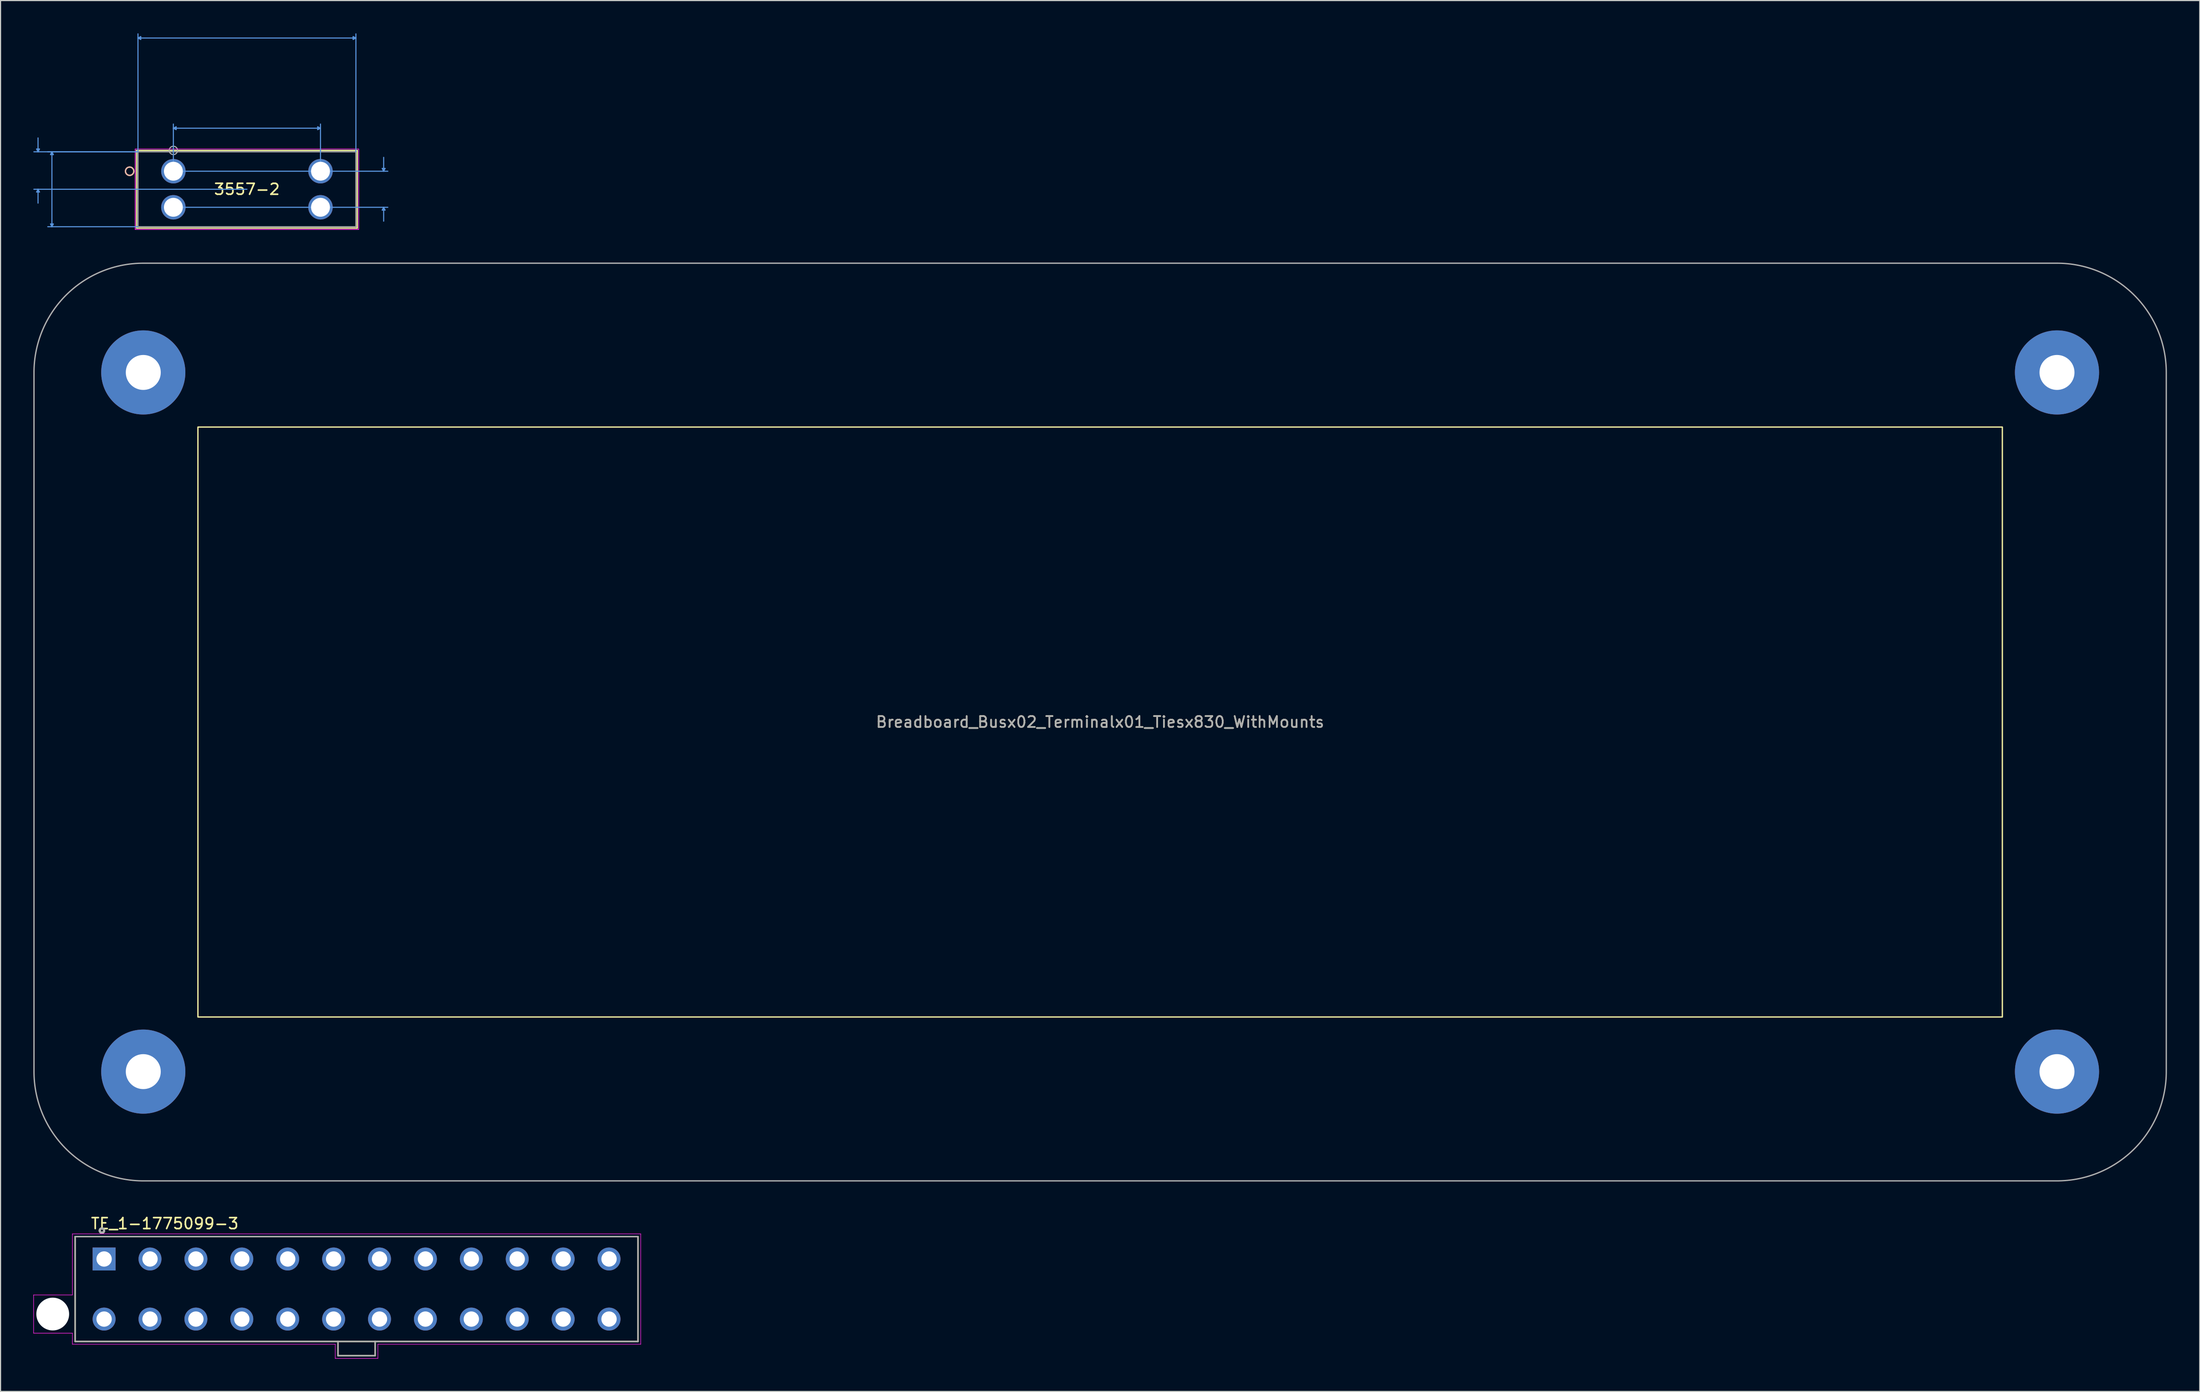
<source format=kicad_pcb>
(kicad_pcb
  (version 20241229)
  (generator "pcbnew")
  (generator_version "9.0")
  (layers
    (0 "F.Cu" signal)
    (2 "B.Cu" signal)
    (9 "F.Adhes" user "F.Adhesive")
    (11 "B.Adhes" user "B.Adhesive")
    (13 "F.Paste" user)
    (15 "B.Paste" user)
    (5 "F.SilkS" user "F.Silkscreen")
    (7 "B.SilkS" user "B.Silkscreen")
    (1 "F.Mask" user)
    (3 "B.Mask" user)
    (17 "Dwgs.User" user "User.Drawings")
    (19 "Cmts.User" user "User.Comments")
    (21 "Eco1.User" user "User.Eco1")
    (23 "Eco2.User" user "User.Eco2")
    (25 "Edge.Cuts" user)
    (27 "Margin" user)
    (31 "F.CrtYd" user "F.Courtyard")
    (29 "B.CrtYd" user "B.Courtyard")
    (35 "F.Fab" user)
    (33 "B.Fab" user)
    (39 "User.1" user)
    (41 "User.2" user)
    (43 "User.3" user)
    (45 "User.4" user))
  (footprint "3557-2"
    (layer "F.Cu")
    (at 12.813 12.623)
    (property "Reference" "3557-2" (at 6.731 1.651 0) (layer "F.SilkS") (effects (font (size 1 1) (thickness 0.15))))
    (attr through_hole)
    (fp_line (start -3.365 -1.905) (end -3.365 5.207) (stroke (width 0.12) (type solid)) (layer "F.SilkS"))
    (fp_line (start -3.365 5.207) (end 16.828 5.207) (stroke (width 0.12) (type solid)) (layer "F.SilkS"))
    (fp_line (start 16.828 -1.905) (end -3.365 -1.905) (stroke (width 0.12) (type solid)) (layer "F.SilkS"))
    (fp_line (start 16.828 5.207) (end 16.828 -1.905) (stroke (width 0.12) (type solid)) (layer "F.SilkS"))
    (fp_circle (center -4 0) (end -3.619 0) (stroke (width 0.12) (type solid)) (fill no) (layer "F.SilkS"))
    (fp_circle (center -4 0) (end -3.619 0) (stroke (width 0.12) (type solid)) (fill no) (layer "B.SilkS"))
    (fp_line (start -12.509 -2.032) (end -12.255 -2.032) (stroke (width 0.1) (type solid)) (layer "Cmts.User"))
    (fp_line (start -12.509 1.905) (end -12.255 1.905) (stroke (width 0.1) (type solid)) (layer "Cmts.User"))
    (fp_line (start -12.383 -1.778) (end -12.509 -2.032) (stroke (width 0.1) (type solid)) (layer "Cmts.User"))
    (fp_line (start -12.383 -1.778) (end -12.383 -3.048) (stroke (width 0.1) (type solid)) (layer "Cmts.User"))
    (fp_line (start -12.383 -1.778) (end -12.255 -2.032) (stroke (width 0.1) (type solid)) (layer "Cmts.User"))
    (fp_line (start -12.383 1.651) (end -12.509 1.905) (stroke (width 0.1) (type solid)) (layer "Cmts.User"))
    (fp_line (start -12.383 1.651) (end -12.383 2.921) (stroke (width 0.1) (type solid)) (layer "Cmts.User"))
    (fp_line (start -12.383 1.651) (end -12.255 1.905) (stroke (width 0.1) (type solid)) (layer "Cmts.User"))
    (fp_line (start -11.239 -1.524) (end -10.986 -1.524) (stroke (width 0.1) (type solid)) (layer "Cmts.User"))
    (fp_line (start -11.239 4.826) (end -10.986 4.826) (stroke (width 0.1) (type solid)) (layer "Cmts.User"))
    (fp_line (start -11.113 -1.778) (end -11.239 -1.524) (stroke (width 0.1) (type solid)) (layer "Cmts.User"))
    (fp_line (start -11.113 -1.778) (end -11.113 5.08) (stroke (width 0.1) (type solid)) (layer "Cmts.User"))
    (fp_line (start -11.113 -1.778) (end -10.986 -1.524) (stroke (width 0.1) (type solid)) (layer "Cmts.User"))
    (fp_line (start -11.113 5.08) (end -11.239 4.826) (stroke (width 0.1) (type solid)) (layer "Cmts.User"))
    (fp_line (start -11.113 5.08) (end -10.986 4.826) (stroke (width 0.1) (type solid)) (layer "Cmts.User"))
    (fp_line (start -3.239 -12.192) (end -2.985 -12.319) (stroke (width 0.1) (type solid)) (layer "Cmts.User"))
    (fp_line (start -3.239 -12.192) (end -2.985 -12.065) (stroke (width 0.1) (type solid)) (layer "Cmts.User"))
    (fp_line (start -3.239 -12.192) (end 16.701 -12.192) (stroke (width 0.1) (type solid)) (layer "Cmts.User"))
    (fp_line (start -3.239 -1.778) (end -12.764 -1.778) (stroke (width 0.1) (type solid)) (layer "Cmts.User"))
    (fp_line (start -3.239 -1.778) (end -11.493 -1.778) (stroke (width 0.1) (type solid)) (layer "Cmts.User"))
    (fp_line (start -3.239 -1.778) (end -3.239 -12.573) (stroke (width 0.1) (type solid)) (layer "Cmts.User"))
    (fp_line (start -3.239 5.08) (end -11.493 5.08) (stroke (width 0.1) (type solid)) (layer "Cmts.User"))
    (fp_line (start -2.985 -12.319) (end -2.985 -12.065) (stroke (width 0.1) (type solid)) (layer "Cmts.User"))
    (fp_line (start 0 -3.937) (end 0.254 -4.064) (stroke (width 0.1) (type solid)) (layer "Cmts.User"))
    (fp_line (start 0 -3.937) (end 0.254 -3.81) (stroke (width 0.1) (type solid)) (layer "Cmts.User"))
    (fp_line (start 0 -3.937) (end 13.462 -3.937) (stroke (width 0.1) (type solid)) (layer "Cmts.User"))
    (fp_line (start 0 0) (end 0 -4.318) (stroke (width 0.1) (type solid)) (layer "Cmts.User"))
    (fp_line (start 0 0) (end 19.622 0) (stroke (width 0.1) (type solid)) (layer "Cmts.User"))
    (fp_line (start 0 3.302) (end 19.622 3.302) (stroke (width 0.1) (type solid)) (layer "Cmts.User"))
    (fp_line (start 0.254 -4.064) (end 0.254 -3.81) (stroke (width 0.1) (type solid)) (layer "Cmts.User"))
    (fp_line (start 6.731 1.651) (end -12.764 1.651) (stroke (width 0.1) (type solid)) (layer "Cmts.User"))
    (fp_line (start 13.208 -4.064) (end 13.208 -3.81) (stroke (width 0.1) (type solid)) (layer "Cmts.User"))
    (fp_line (start 13.462 -3.937) (end 13.208 -4.064) (stroke (width 0.1) (type solid)) (layer "Cmts.User"))
    (fp_line (start 13.462 -3.937) (end 13.208 -3.81) (stroke (width 0.1) (type solid)) (layer "Cmts.User"))
    (fp_line (start 13.462 0) (end 13.462 -4.318) (stroke (width 0.1) (type solid)) (layer "Cmts.User"))
    (fp_line (start 16.447 -12.319) (end 16.447 -12.065) (stroke (width 0.1) (type solid)) (layer "Cmts.User"))
    (fp_line (start 16.701 -12.192) (end 16.447 -12.319) (stroke (width 0.1) (type solid)) (layer "Cmts.User"))
    (fp_line (start 16.701 -12.192) (end 16.447 -12.065) (stroke (width 0.1) (type solid)) (layer "Cmts.User"))
    (fp_line (start 16.701 -1.778) (end 16.701 -12.573) (stroke (width 0.1) (type solid)) (layer "Cmts.User"))
    (fp_line (start 19.113 -0.254) (end 19.367 -0.254) (stroke (width 0.1) (type solid)) (layer "Cmts.User"))
    (fp_line (start 19.113 3.556) (end 19.367 3.556) (stroke (width 0.1) (type solid)) (layer "Cmts.User"))
    (fp_line (start 19.241 0) (end 19.113 -0.254) (stroke (width 0.1) (type solid)) (layer "Cmts.User"))
    (fp_line (start 19.241 0) (end 19.241 -1.27) (stroke (width 0.1) (type solid)) (layer "Cmts.User"))
    (fp_line (start 19.241 0) (end 19.367 -0.254) (stroke (width 0.1) (type solid)) (layer "Cmts.User"))
    (fp_line (start 19.241 3.302) (end 19.113 3.556) (stroke (width 0.1) (type solid)) (layer "Cmts.User"))
    (fp_line (start 19.241 3.302) (end 19.241 4.572) (stroke (width 0.1) (type solid)) (layer "Cmts.User"))
    (fp_line (start 19.241 3.302) (end 19.367 3.556) (stroke (width 0.1) (type solid)) (layer "Cmts.User"))
    (fp_line (start -3.493 -2.032) (end -3.493 5.334) (stroke (width 0.05) (type solid)) (layer "F.CrtYd"))
    (fp_line (start -3.493 -2.032) (end -3.493 5.334) (stroke (width 0.05) (type solid)) (layer "F.CrtYd"))
    (fp_line (start -3.493 5.334) (end 16.954 5.334) (stroke (width 0.05) (type solid)) (layer "F.CrtYd"))
    (fp_line (start -3.493 5.334) (end 16.954 5.334) (stroke (width 0.05) (type solid)) (layer "F.CrtYd"))
    (fp_line (start 16.954 -2.032) (end -3.493 -2.032) (stroke (width 0.05) (type solid)) (layer "F.CrtYd"))
    (fp_line (start 16.954 -2.032) (end -3.493 -2.032) (stroke (width 0.05) (type solid)) (layer "F.CrtYd"))
    (fp_line (start 16.954 5.334) (end 16.954 -2.032) (stroke (width 0.05) (type solid)) (layer "F.CrtYd"))
    (fp_line (start 16.954 5.334) (end 16.954 -2.032) (stroke (width 0.05) (type solid)) (layer "F.CrtYd"))
    (fp_line (start -3.239 -1.778) (end -3.239 5.08) (stroke (width 0.1) (type solid)) (layer "F.Fab"))
    (fp_line (start -3.239 5.08) (end 16.701 5.08) (stroke (width 0.1) (type solid)) (layer "F.Fab"))
    (fp_line (start 16.701 -1.778) (end -3.239 -1.778) (stroke (width 0.1) (type solid)) (layer "F.Fab"))
    (fp_line (start 16.701 5.08) (end 16.701 -1.778) (stroke (width 0.1) (type solid)) (layer "F.Fab"))
    (fp_circle (center 0 -1.905) (end 0.381 -1.905) (stroke (width 0.1) (type solid)) (fill no) (layer "F.Fab"))
    (fp_text user "*" (at 0 0 0) (layer "F.SilkS") (effects (font (size 1 1) (thickness 0.15))))
    (fp_text user "Copyright 2021 Accelerated Designs. All rights reserved." (at 0 0 0) (layer "Cmts.User") (effects (font (size 0.127 0.127) (thickness 0.002))))
    (fp_text user "*" (at 0 0 0) (layer "F.Fab") (effects (font (size 1 1) (thickness 0.15))))
    (pad "1" thru_hole circle (at 0 0) (size 2.235 2.235) (drill 1.727) (layers "*.Cu" "*.Mask"))
    (pad "2" thru_hole circle (at 0 3.302) (size 2.235 2.235) (drill 1.727) (layers "*.Cu" "*.Mask"))
    (pad "3" thru_hole circle (at 13.462 0) (size 2.235 2.235) (drill 1.727) (layers "*.Cu" "*.Mask"))
    (pad "4" thru_hole circle (at 13.462 3.302) (size 2.235 2.235) (drill 1.727) (layers "*.Cu" "*.Mask")))
  (footprint "TE_1-1775099-3"
    (layer "F.Cu")
    (at 29.575 114.944)
    (property "Reference" "TE_1-1775099-3" (at -17.548 -5.993 0) (layer "F.SilkS") (effects (font (size 1.001 1.001) (thickness 0.15))))
    (attr through_hole)
    (fp_line (start -25.75 -4.8) (end 25.75 -4.8) (stroke (width 0.127) (type solid)) (layer "F.SilkS"))
    (fp_line (start -25.75 4.8) (end -25.75 -4.8) (stroke (width 0.127) (type solid)) (layer "F.SilkS"))
    (fp_line (start -1.7 4.8) (end -25.75 4.8) (stroke (width 0.127) (type solid)) (layer "F.SilkS"))
    (fp_line (start -1.7 4.8) (end -1.7 6.1) (stroke (width 0.127) (type solid)) (layer "F.SilkS"))
    (fp_line (start -1.7 6.1) (end 1.7 6.1) (stroke (width 0.127) (type solid)) (layer "F.SilkS"))
    (fp_line (start 1.7 4.8) (end -1.7 4.8) (stroke (width 0.127) (type solid)) (layer "F.SilkS"))
    (fp_line (start 1.7 6.1) (end 1.7 4.8) (stroke (width 0.127) (type solid)) (layer "F.SilkS"))
    (fp_line (start 25.75 -4.8) (end 25.75 4.8) (stroke (width 0.127) (type solid)) (layer "F.SilkS"))
    (fp_line (start 25.75 4.8) (end 1.7 4.8) (stroke (width 0.127) (type solid)) (layer "F.SilkS"))
    (fp_circle (center -23.3 -5.35) (end -23.1 -5.35) (stroke (width 0.203) (type solid)) (fill no) (layer "F.SilkS"))
    (fp_line (start -29.55 0.54) (end -26 0.54) (stroke (width 0.05) (type solid)) (layer "F.CrtYd"))
    (fp_line (start -29.55 4.04) (end -29.55 0.54) (stroke (width 0.05) (type solid)) (layer "F.CrtYd"))
    (fp_line (start -26 -5.05) (end 26 -5.05) (stroke (width 0.05) (type solid)) (layer "F.CrtYd"))
    (fp_line (start -26 0.54) (end -26 -5.05) (stroke (width 0.05) (type solid)) (layer "F.CrtYd"))
    (fp_line (start -26 4.04) (end -29.55 4.04) (stroke (width 0.05) (type solid)) (layer "F.CrtYd"))
    (fp_line (start -26 5.05) (end -26 4.04) (stroke (width 0.05) (type solid)) (layer "F.CrtYd"))
    (fp_line (start -1.95 5.05) (end -26 5.05) (stroke (width 0.05) (type solid)) (layer "F.CrtYd"))
    (fp_line (start -1.95 6.35) (end -1.95 5.05) (stroke (width 0.05) (type solid)) (layer "F.CrtYd"))
    (fp_line (start 1.95 5.05) (end 1.95 6.35) (stroke (width 0.05) (type solid)) (layer "F.CrtYd"))
    (fp_line (start 1.95 6.35) (end -1.95 6.35) (stroke (width 0.05) (type solid)) (layer "F.CrtYd"))
    (fp_line (start 26 -5.05) (end 26 5.05) (stroke (width 0.05) (type solid)) (layer "F.CrtYd"))
    (fp_line (start 26 5.05) (end 1.95 5.05) (stroke (width 0.05) (type solid)) (layer "F.CrtYd"))
    (fp_line (start -25.75 -4.8) (end 25.75 -4.8) (stroke (width 0.127) (type solid)) (layer "F.Fab"))
    (fp_line (start -25.75 4.8) (end -25.75 -4.8) (stroke (width 0.127) (type solid)) (layer "F.Fab"))
    (fp_line (start -25.75 4.8) (end -1.7 4.8) (stroke (width 0.127) (type solid)) (layer "F.Fab"))
    (fp_line (start -1.7 4.8) (end -1.7 6.1) (stroke (width 0.127) (type solid)) (layer "F.Fab"))
    (fp_line (start -1.7 4.8) (end 1.7 4.8) (stroke (width 0.127) (type solid)) (layer "F.Fab"))
    (fp_line (start -1.7 6.1) (end 1.7 6.1) (stroke (width 0.127) (type solid)) (layer "F.Fab"))
    (fp_line (start 1.7 4.8) (end 25.75 4.8) (stroke (width 0.127) (type solid)) (layer "F.Fab"))
    (fp_line (start 1.7 6.1) (end 1.7 4.8) (stroke (width 0.127) (type solid)) (layer "F.Fab"))
    (fp_line (start 25.75 -4.8) (end 25.75 4.8) (stroke (width 0.127) (type solid)) (layer "F.Fab"))
    (fp_circle (center -23.3 -5.35) (end -23.1 -5.35) (stroke (width 0.203) (type solid)) (fill no) (layer "F.Fab"))
    (pad "" np_thru_hole circle (at -27.8 2.29) (size 3 3) (drill 3) (layers "*.Cu" "*.Mask"))
    (pad "1" thru_hole rect (at -23.1 -2.75) (size 2.1 2.1) (drill 1.4) (layers "*.Cu" "*.Mask"))
    (pad "2" thru_hole circle (at -23.1 2.75) (size 2.1 2.1) (drill 1.4) (layers "*.Cu" "*.Mask"))
    (pad "3" thru_hole circle (at -18.9 -2.75) (size 2.1 2.1) (drill 1.4) (layers "*.Cu" "*.Mask"))
    (pad "4" thru_hole circle (at -18.9 2.75) (size 2.1 2.1) (drill 1.4) (layers "*.Cu" "*.Mask"))
    (pad "5" thru_hole circle (at -14.7 -2.75) (size 2.1 2.1) (drill 1.4) (layers "*.Cu" "*.Mask"))
    (pad "6" thru_hole circle (at -14.7 2.75) (size 2.1 2.1) (drill 1.4) (layers "*.Cu" "*.Mask"))
    (pad "7" thru_hole circle (at -10.5 -2.75) (size 2.1 2.1) (drill 1.4) (layers "*.Cu" "*.Mask"))
    (pad "8" thru_hole circle (at -10.5 2.75) (size 2.1 2.1) (drill 1.4) (layers "*.Cu" "*.Mask"))
    (pad "9" thru_hole circle (at -6.3 -2.75) (size 2.1 2.1) (drill 1.4) (layers "*.Cu" "*.Mask"))
    (pad "10" thru_hole circle (at -6.3 2.75) (size 2.1 2.1) (drill 1.4) (layers "*.Cu" "*.Mask"))
    (pad "11" thru_hole circle (at -2.1 -2.75) (size 2.1 2.1) (drill 1.4) (layers "*.Cu" "*.Mask"))
    (pad "12" thru_hole circle (at -2.1 2.75) (size 2.1 2.1) (drill 1.4) (layers "*.Cu" "*.Mask"))
    (pad "13" thru_hole circle (at 2.1 -2.75) (size 2.1 2.1) (drill 1.4) (layers "*.Cu" "*.Mask"))
    (pad "14" thru_hole circle (at 2.1 2.75) (size 2.1 2.1) (drill 1.4) (layers "*.Cu" "*.Mask"))
    (pad "15" thru_hole circle (at 6.3 -2.75) (size 2.1 2.1) (drill 1.4) (layers "*.Cu" "*.Mask"))
    (pad "16" thru_hole circle (at 6.3 2.75) (size 2.1 2.1) (drill 1.4) (layers "*.Cu" "*.Mask"))
    (pad "17" thru_hole circle (at 10.5 -2.75) (size 2.1 2.1) (drill 1.4) (layers "*.Cu" "*.Mask"))
    (pad "18" thru_hole circle (at 10.5 2.75) (size 2.1 2.1) (drill 1.4) (layers "*.Cu" "*.Mask"))
    (pad "19" thru_hole circle (at 14.7 -2.75) (size 2.1 2.1) (drill 1.4) (layers "*.Cu" "*.Mask"))
    (pad "20" thru_hole circle (at 14.7 2.75) (size 2.1 2.1) (drill 1.4) (layers "*.Cu" "*.Mask"))
    (pad "21" thru_hole circle (at 18.9 -2.75) (size 2.1 2.1) (drill 1.4) (layers "*.Cu" "*.Mask"))
    (pad "22" thru_hole circle (at 18.9 2.75) (size 2.1 2.1) (drill 1.4) (layers "*.Cu" "*.Mask"))
    (pad "23" thru_hole circle (at 23.1 -2.75) (size 2.1 2.1) (drill 1.4) (layers "*.Cu" "*.Mask"))
    (pad "24" thru_hole circle (at 23.1 2.75) (size 2.1 2.1) (drill 1.4) (layers "*.Cu" "*.Mask")))
  (footprint "Breadboard_Busx02_Terminalx01_Tiesx830_WithMounts"
    (layer "F.Cu")
    (at 97.61 63.042)
    (property "Reference" "Breadboard_Busx02_Terminalx01_Tiesx830_WithMounts" (at 0 0 0) (unlocked yes) (layer "F.SilkS") (effects (font (size 1 1) (thickness 0.15))))
    (fp_rect (start -82.55 -27) (end 82.55 27) (stroke (width 0.12) (type solid)) (fill no) (layer "F.SilkS"))
    (fp_poly (pts (arc (start 87.55 42) (mid 94.621068 39.071068) (end 97.55 32)) (arc (start 97.55 -32) (mid 94.621068 -39.071068) (end 87.55 -42)) (arc (start -87.55 -42) (mid -94.621068 -39.071068) (end -97.55 -32)) (arc (start -97.55 32) (mid -94.621068 39.071068) (end -87.55 42))) (stroke (width 0.12) (type solid)) (fill no) (layer "F.Fab"))
    (fp_text user "${REFERENCE}" (at 0 0 0) (unlocked yes) (layer "F.Fab") (effects (font (size 1 1) (thickness 0.15))))
    (fp_text user "^ Convert to EdgeCut" (at -8.736 -40.769 0) (unlocked yes) (layer "User.1") (effects (font (size 1 1) (thickness 0.15))))
    (pad "" np_thru_hole circle (at -87.55 -32 90) (size 7.7 7.7) (drill 3.2) (layers "*.Cu" "*.Mask"))
    (pad "" np_thru_hole circle (at -87.55 32 180) (size 7.7 7.7) (drill 3.2) (layers "*.Cu" "*.Mask"))
    (pad "" np_thru_hole circle (at 87.55 -32) (size 7.7 7.7) (drill 3.2) (layers "*.Cu" "*.Mask"))
    (pad "" np_thru_hole circle (at 87.55 32 270) (size 7.7 7.7) (drill 3.2) (layers "*.Cu" "*.Mask")))
  (gr_rect
    (start -3 -3)
    (end 198.22 124.319)
    (stroke (width 0.1) (type default))
    (fill no)
    (layer "Edge.Cuts")))
</source>
